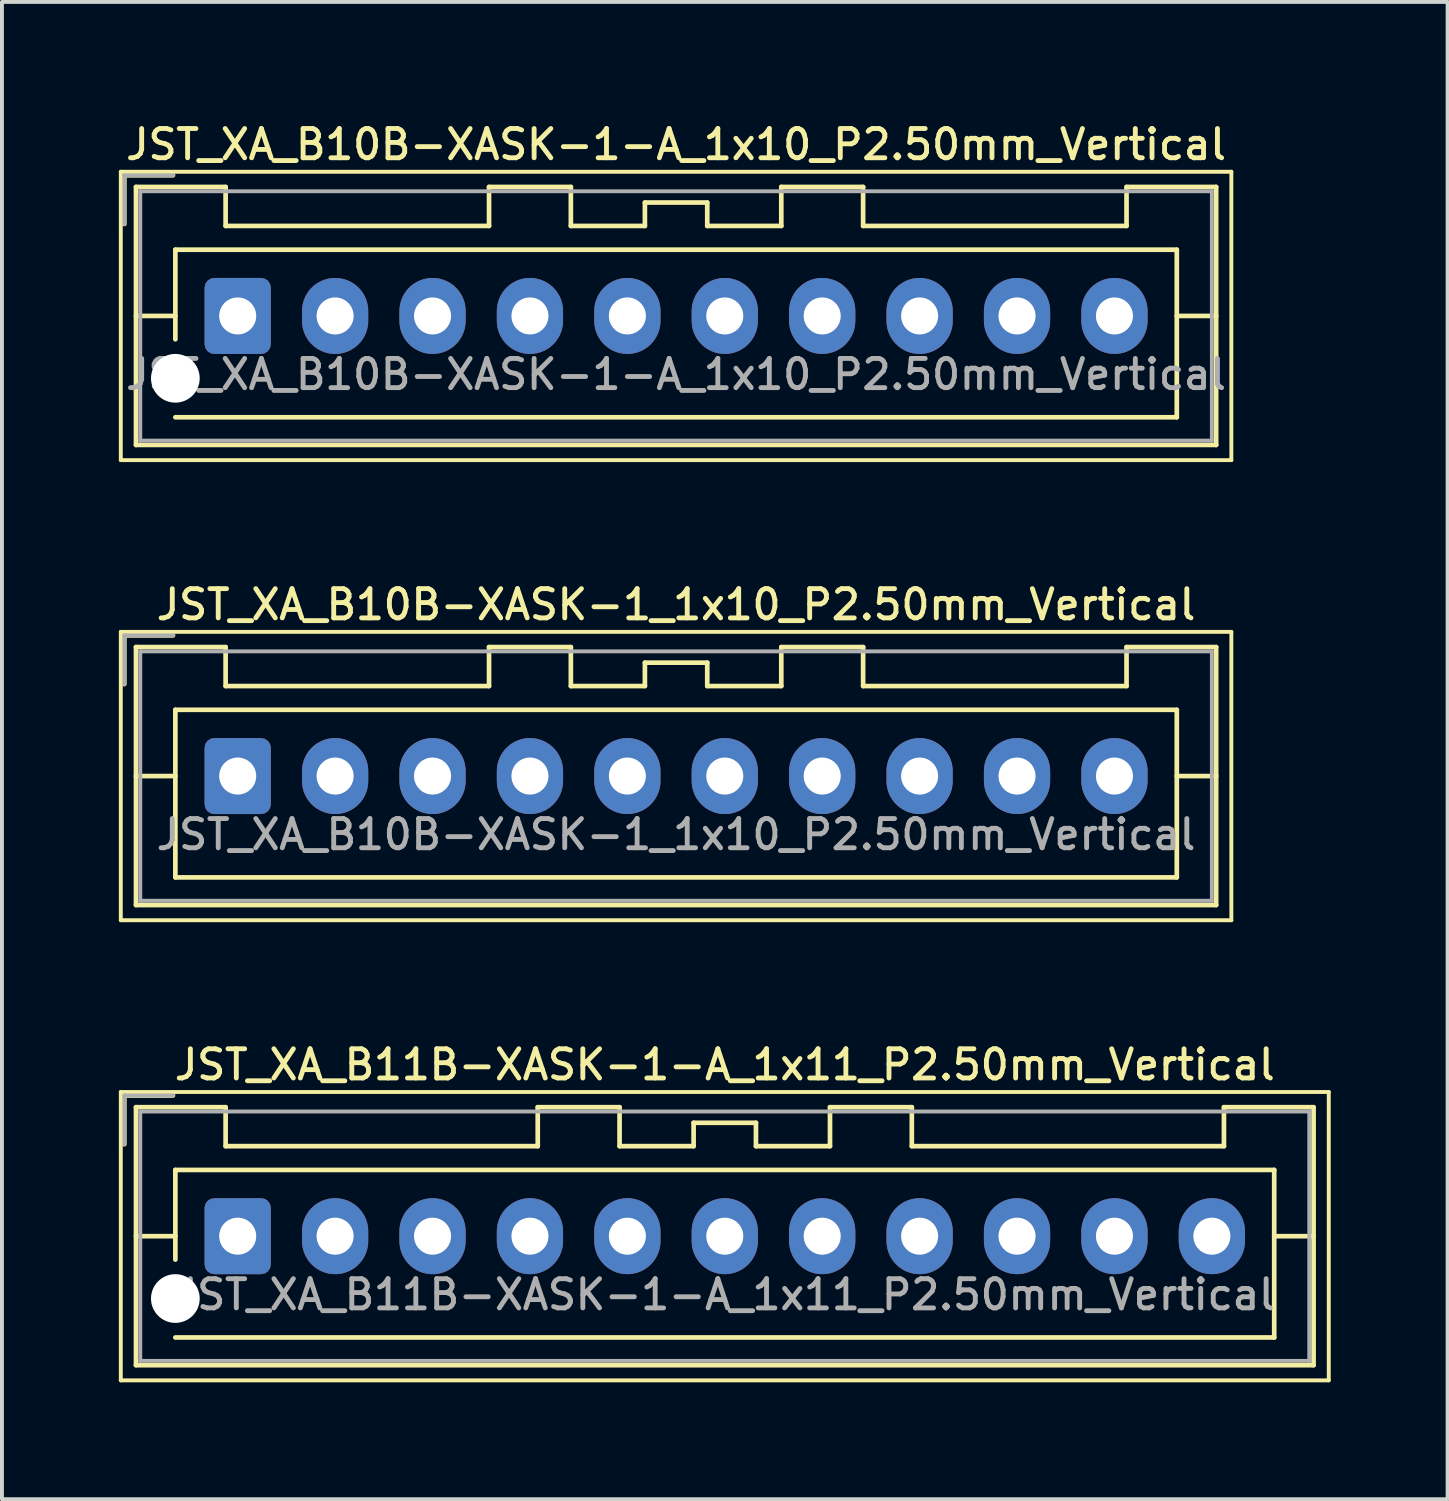
<source format=kicad_pcb>
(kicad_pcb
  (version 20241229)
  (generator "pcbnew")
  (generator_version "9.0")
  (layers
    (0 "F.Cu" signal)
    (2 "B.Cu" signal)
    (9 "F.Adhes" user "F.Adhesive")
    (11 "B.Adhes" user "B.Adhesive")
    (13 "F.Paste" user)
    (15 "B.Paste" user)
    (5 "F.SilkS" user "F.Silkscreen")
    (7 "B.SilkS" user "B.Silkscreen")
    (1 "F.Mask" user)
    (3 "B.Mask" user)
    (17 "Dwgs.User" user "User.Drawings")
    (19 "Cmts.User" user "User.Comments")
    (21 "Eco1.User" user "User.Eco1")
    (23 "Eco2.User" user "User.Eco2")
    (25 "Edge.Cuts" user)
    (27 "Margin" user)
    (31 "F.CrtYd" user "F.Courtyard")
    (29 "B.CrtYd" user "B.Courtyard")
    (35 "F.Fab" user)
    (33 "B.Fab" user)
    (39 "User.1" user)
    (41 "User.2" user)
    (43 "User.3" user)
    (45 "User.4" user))
  (footprint "JST_XA_B10B-XASK-1-A_1x10_P2.50mm_Vertical"
    (layer "F.Cu")
    (at 3.05 5.058)
    (property "Reference" "JST_XA_B10B-XASK-1-A_1x10_P2.50mm_Vertical" (at 11.25 -4.4 0) (layer "F.SilkS") (effects (font (size 0.75 0.75) (thickness 0.125))))
    (attr through_hole)
    (fp_line (start -3 -3.7) (end -3 3.7) (stroke (width 0.1) (type solid)) (layer "F.SilkS"))
    (fp_line (start -3 3.7) (end 25.5 3.7) (stroke (width 0.1) (type solid)) (layer "F.SilkS"))
    (fp_line (start -2.91 -3.61) (end -2.91 -2.36) (stroke (width 0.12) (type solid)) (layer "F.SilkS"))
    (fp_line (start -2.61 -3.31) (end -2.61 3.31) (stroke (width 0.12) (type solid)) (layer "F.SilkS"))
    (fp_line (start -2.61 0) (end -1.6 0) (stroke (width 0.12) (type solid)) (layer "F.SilkS"))
    (fp_line (start -2.61 3.31) (end 25.11 3.31) (stroke (width 0.12) (type solid)) (layer "F.SilkS"))
    (fp_line (start -1.66 -3.61) (end -2.91 -3.61) (stroke (width 0.12) (type solid)) (layer "F.SilkS"))
    (fp_line (start -1.6 -1.7) (end 24.1 -1.7) (stroke (width 0.12) (type solid)) (layer "F.SilkS"))
    (fp_line (start -1.6 0.6) (end -1.6 -1.7) (stroke (width 0.12) (type solid)) (layer "F.SilkS"))
    (fp_line (start -0.31 -3.31) (end -2.61 -3.31) (stroke (width 0.12) (type solid)) (layer "F.SilkS"))
    (fp_line (start -0.31 -2.31) (end -0.31 -3.31) (stroke (width 0.12) (type solid)) (layer "F.SilkS"))
    (fp_line (start 6.45 -3.31) (end 6.45 -2.31) (stroke (width 0.12) (type solid)) (layer "F.SilkS"))
    (fp_line (start 6.45 -2.31) (end -0.31 -2.31) (stroke (width 0.12) (type solid)) (layer "F.SilkS"))
    (fp_line (start 8.55 -3.31) (end 6.45 -3.31) (stroke (width 0.12) (type solid)) (layer "F.SilkS"))
    (fp_line (start 8.55 -2.31) (end 8.55 -3.31) (stroke (width 0.12) (type solid)) (layer "F.SilkS"))
    (fp_line (start 10.45 -2.91) (end 10.45 -2.31) (stroke (width 0.12) (type solid)) (layer "F.SilkS"))
    (fp_line (start 10.45 -2.31) (end 8.55 -2.31) (stroke (width 0.12) (type solid)) (layer "F.SilkS"))
    (fp_line (start 12.05 -2.91) (end 10.45 -2.91) (stroke (width 0.12) (type solid)) (layer "F.SilkS"))
    (fp_line (start 12.05 -2.31) (end 12.05 -2.91) (stroke (width 0.12) (type solid)) (layer "F.SilkS"))
    (fp_line (start 13.95 -3.31) (end 13.95 -2.31) (stroke (width 0.12) (type solid)) (layer "F.SilkS"))
    (fp_line (start 13.95 -2.31) (end 12.05 -2.31) (stroke (width 0.12) (type solid)) (layer "F.SilkS"))
    (fp_line (start 16.05 -3.31) (end 13.95 -3.31) (stroke (width 0.12) (type solid)) (layer "F.SilkS"))
    (fp_line (start 16.05 -2.31) (end 16.05 -3.31) (stroke (width 0.12) (type solid)) (layer "F.SilkS"))
    (fp_line (start 22.81 -3.31) (end 22.81 -2.31) (stroke (width 0.12) (type solid)) (layer "F.SilkS"))
    (fp_line (start 22.81 -2.31) (end 16.05 -2.31) (stroke (width 0.12) (type solid)) (layer "F.SilkS"))
    (fp_line (start 24.1 -1.7) (end 24.1 2.6) (stroke (width 0.12) (type solid)) (layer "F.SilkS"))
    (fp_line (start 24.1 2.6) (end -1.6 2.6) (stroke (width 0.12) (type solid)) (layer "F.SilkS"))
    (fp_line (start 25.11 -3.31) (end 22.81 -3.31) (stroke (width 0.12) (type solid)) (layer "F.SilkS"))
    (fp_line (start 25.11 0) (end 24.1 0) (stroke (width 0.12) (type solid)) (layer "F.SilkS"))
    (fp_line (start 25.11 3.31) (end 25.11 -3.31) (stroke (width 0.12) (type solid)) (layer "F.SilkS"))
    (fp_line (start 25.5 -3.7) (end -3 -3.7) (stroke (width 0.1) (type solid)) (layer "F.SilkS"))
    (fp_line (start 25.5 3.7) (end 25.5 -3.7) (stroke (width 0.1) (type solid)) (layer "F.SilkS"))
    (fp_line (start -2.91 -3.61) (end -2.91 -2.36) (stroke (width 0.1) (type solid)) (layer "F.Fab"))
    (fp_line (start -2.5 -3.2) (end -2.5 3.2) (stroke (width 0.1) (type solid)) (layer "F.Fab"))
    (fp_line (start -2.5 3.2) (end 25 3.2) (stroke (width 0.1) (type solid)) (layer "F.Fab"))
    (fp_line (start -1.66 -3.61) (end -2.91 -3.61) (stroke (width 0.1) (type solid)) (layer "F.Fab"))
    (fp_line (start 25 -3.2) (end -2.5 -3.2) (stroke (width 0.1) (type solid)) (layer "F.Fab"))
    (fp_line (start 25 3.2) (end 25 -3.2) (stroke (width 0.1) (type solid)) (layer "F.Fab"))
    (fp_text user "${REFERENCE}" (at 11.25 1.5 0) (layer "F.Fab") (effects (font (size 0.75 0.75) (thickness 0.125))))
    (pad "" np_thru_hole circle (at -1.6 1.6) (size 1.25 1.25) (drill 1.25) (layers "*.Cu" "*.Mask"))
    (pad "1" thru_hole roundrect (at 0 0) (size 1.7 1.95) (drill 0.95) (layers "*.Cu" "*.Mask") (roundrect_rratio 0.147))
    (pad "2" thru_hole oval (at 2.5 0) (size 1.7 1.95) (drill 0.95) (layers "*.Cu" "*.Mask"))
    (pad "3" thru_hole oval (at 5 0) (size 1.7 1.95) (drill 0.95) (layers "*.Cu" "*.Mask"))
    (pad "4" thru_hole oval (at 7.5 0) (size 1.7 1.95) (drill 0.95) (layers "*.Cu" "*.Mask"))
    (pad "5" thru_hole oval (at 10 0) (size 1.7 1.95) (drill 0.95) (layers "*.Cu" "*.Mask"))
    (pad "6" thru_hole oval (at 12.5 0) (size 1.7 1.95) (drill 0.95) (layers "*.Cu" "*.Mask"))
    (pad "7" thru_hole oval (at 15 0) (size 1.7 1.95) (drill 0.95) (layers "*.Cu" "*.Mask"))
    (pad "8" thru_hole oval (at 17.5 0) (size 1.7 1.95) (drill 0.95) (layers "*.Cu" "*.Mask"))
    (pad "9" thru_hole oval (at 20 0) (size 1.7 1.95) (drill 0.95) (layers "*.Cu" "*.Mask"))
    (pad "10" thru_hole oval (at 22.5 0) (size 1.7 1.95) (drill 0.95) (layers "*.Cu" "*.Mask")))
  (footprint "JST_XA_B10B-XASK-1_1x10_P2.50mm_Vertical"
    (layer "F.Cu")
    (at 3.05 16.866)
    (property "Reference" "JST_XA_B10B-XASK-1_1x10_P2.50mm_Vertical" (at 11.25 -4.4 0) (layer "F.SilkS") (effects (font (size 0.75 0.75) (thickness 0.125))))
    (attr through_hole)
    (fp_line (start -3 -3.7) (end -3 3.7) (stroke (width 0.1) (type solid)) (layer "F.SilkS"))
    (fp_line (start -3 3.7) (end 25.5 3.7) (stroke (width 0.1) (type solid)) (layer "F.SilkS"))
    (fp_line (start -2.91 -3.61) (end -2.91 -2.36) (stroke (width 0.12) (type solid)) (layer "F.SilkS"))
    (fp_line (start -2.61 -3.31) (end -2.61 3.31) (stroke (width 0.12) (type solid)) (layer "F.SilkS"))
    (fp_line (start -2.61 0) (end -1.6 0) (stroke (width 0.12) (type solid)) (layer "F.SilkS"))
    (fp_line (start -2.61 3.31) (end 25.11 3.31) (stroke (width 0.12) (type solid)) (layer "F.SilkS"))
    (fp_line (start -1.66 -3.61) (end -2.91 -3.61) (stroke (width 0.12) (type solid)) (layer "F.SilkS"))
    (fp_line (start -1.6 -1.7) (end -1.6 2.6) (stroke (width 0.12) (type solid)) (layer "F.SilkS"))
    (fp_line (start -1.6 2.6) (end 24.1 2.6) (stroke (width 0.12) (type solid)) (layer "F.SilkS"))
    (fp_line (start -0.31 -3.31) (end -2.61 -3.31) (stroke (width 0.12) (type solid)) (layer "F.SilkS"))
    (fp_line (start -0.31 -2.31) (end -0.31 -3.31) (stroke (width 0.12) (type solid)) (layer "F.SilkS"))
    (fp_line (start 6.45 -3.31) (end 6.45 -2.31) (stroke (width 0.12) (type solid)) (layer "F.SilkS"))
    (fp_line (start 6.45 -2.31) (end -0.31 -2.31) (stroke (width 0.12) (type solid)) (layer "F.SilkS"))
    (fp_line (start 8.55 -3.31) (end 6.45 -3.31) (stroke (width 0.12) (type solid)) (layer "F.SilkS"))
    (fp_line (start 8.55 -2.31) (end 8.55 -3.31) (stroke (width 0.12) (type solid)) (layer "F.SilkS"))
    (fp_line (start 10.45 -2.91) (end 10.45 -2.31) (stroke (width 0.12) (type solid)) (layer "F.SilkS"))
    (fp_line (start 10.45 -2.31) (end 8.55 -2.31) (stroke (width 0.12) (type solid)) (layer "F.SilkS"))
    (fp_line (start 12.05 -2.91) (end 10.45 -2.91) (stroke (width 0.12) (type solid)) (layer "F.SilkS"))
    (fp_line (start 12.05 -2.31) (end 12.05 -2.91) (stroke (width 0.12) (type solid)) (layer "F.SilkS"))
    (fp_line (start 13.95 -3.31) (end 13.95 -2.31) (stroke (width 0.12) (type solid)) (layer "F.SilkS"))
    (fp_line (start 13.95 -2.31) (end 12.05 -2.31) (stroke (width 0.12) (type solid)) (layer "F.SilkS"))
    (fp_line (start 16.05 -3.31) (end 13.95 -3.31) (stroke (width 0.12) (type solid)) (layer "F.SilkS"))
    (fp_line (start 16.05 -2.31) (end 16.05 -3.31) (stroke (width 0.12) (type solid)) (layer "F.SilkS"))
    (fp_line (start 22.81 -3.31) (end 22.81 -2.31) (stroke (width 0.12) (type solid)) (layer "F.SilkS"))
    (fp_line (start 22.81 -2.31) (end 16.05 -2.31) (stroke (width 0.12) (type solid)) (layer "F.SilkS"))
    (fp_line (start 24.1 -1.7) (end -1.6 -1.7) (stroke (width 0.12) (type solid)) (layer "F.SilkS"))
    (fp_line (start 24.1 2.6) (end 24.1 -1.7) (stroke (width 0.12) (type solid)) (layer "F.SilkS"))
    (fp_line (start 25.11 -3.31) (end 22.81 -3.31) (stroke (width 0.12) (type solid)) (layer "F.SilkS"))
    (fp_line (start 25.11 0) (end 24.1 0) (stroke (width 0.12) (type solid)) (layer "F.SilkS"))
    (fp_line (start 25.11 3.31) (end 25.11 -3.31) (stroke (width 0.12) (type solid)) (layer "F.SilkS"))
    (fp_line (start 25.5 -3.7) (end -3 -3.7) (stroke (width 0.1) (type solid)) (layer "F.SilkS"))
    (fp_line (start 25.5 3.7) (end 25.5 -3.7) (stroke (width 0.1) (type solid)) (layer "F.SilkS"))
    (fp_line (start -2.91 -3.61) (end -2.91 -2.36) (stroke (width 0.1) (type solid)) (layer "F.Fab"))
    (fp_line (start -2.5 -3.2) (end -2.5 3.2) (stroke (width 0.1) (type solid)) (layer "F.Fab"))
    (fp_line (start -2.5 3.2) (end 25 3.2) (stroke (width 0.1) (type solid)) (layer "F.Fab"))
    (fp_line (start -1.66 -3.61) (end -2.91 -3.61) (stroke (width 0.1) (type solid)) (layer "F.Fab"))
    (fp_line (start 25 -3.2) (end -2.5 -3.2) (stroke (width 0.1) (type solid)) (layer "F.Fab"))
    (fp_line (start 25 3.2) (end 25 -3.2) (stroke (width 0.1) (type solid)) (layer "F.Fab"))
    (fp_text user "${REFERENCE}" (at 11.25 1.5 0) (layer "F.Fab") (effects (font (size 0.75 0.75) (thickness 0.125))))
    (pad "1" thru_hole roundrect (at 0 0) (size 1.7 1.95) (drill 0.95) (layers "*.Cu" "*.Mask") (roundrect_rratio 0.147))
    (pad "2" thru_hole oval (at 2.5 0) (size 1.7 1.95) (drill 0.95) (layers "*.Cu" "*.Mask"))
    (pad "3" thru_hole oval (at 5 0) (size 1.7 1.95) (drill 0.95) (layers "*.Cu" "*.Mask"))
    (pad "4" thru_hole oval (at 7.5 0) (size 1.7 1.95) (drill 0.95) (layers "*.Cu" "*.Mask"))
    (pad "5" thru_hole oval (at 10 0) (size 1.7 1.95) (drill 0.95) (layers "*.Cu" "*.Mask"))
    (pad "6" thru_hole oval (at 12.5 0) (size 1.7 1.95) (drill 0.95) (layers "*.Cu" "*.Mask"))
    (pad "7" thru_hole oval (at 15 0) (size 1.7 1.95) (drill 0.95) (layers "*.Cu" "*.Mask"))
    (pad "8" thru_hole oval (at 17.5 0) (size 1.7 1.95) (drill 0.95) (layers "*.Cu" "*.Mask"))
    (pad "9" thru_hole oval (at 20 0) (size 1.7 1.95) (drill 0.95) (layers "*.Cu" "*.Mask"))
    (pad "10" thru_hole oval (at 22.5 0) (size 1.7 1.95) (drill 0.95) (layers "*.Cu" "*.Mask")))
  (footprint "JST_XA_B11B-XASK-1-A_1x11_P2.50mm_Vertical"
    (layer "F.Cu")
    (at 3.05 28.674)
    (property "Reference" "JST_XA_B11B-XASK-1-A_1x11_P2.50mm_Vertical" (at 12.5 -4.4 0) (layer "F.SilkS") (effects (font (size 0.75 0.75) (thickness 0.125))))
    (attr through_hole)
    (fp_line (start -3 -3.7) (end -3 3.7) (stroke (width 0.1) (type solid)) (layer "F.SilkS"))
    (fp_line (start -3 3.7) (end 28 3.7) (stroke (width 0.1) (type solid)) (layer "F.SilkS"))
    (fp_line (start -2.91 -3.61) (end -2.91 -2.36) (stroke (width 0.12) (type solid)) (layer "F.SilkS"))
    (fp_line (start -2.61 -3.31) (end -2.61 3.31) (stroke (width 0.12) (type solid)) (layer "F.SilkS"))
    (fp_line (start -2.61 0) (end -1.6 0) (stroke (width 0.12) (type solid)) (layer "F.SilkS"))
    (fp_line (start -2.61 3.31) (end 27.61 3.31) (stroke (width 0.12) (type solid)) (layer "F.SilkS"))
    (fp_line (start -1.66 -3.61) (end -2.91 -3.61) (stroke (width 0.12) (type solid)) (layer "F.SilkS"))
    (fp_line (start -1.6 -1.7) (end 26.6 -1.7) (stroke (width 0.12) (type solid)) (layer "F.SilkS"))
    (fp_line (start -1.6 0.6) (end -1.6 -1.7) (stroke (width 0.12) (type solid)) (layer "F.SilkS"))
    (fp_line (start -0.31 -3.31) (end -2.61 -3.31) (stroke (width 0.12) (type solid)) (layer "F.SilkS"))
    (fp_line (start -0.31 -2.31) (end -0.31 -3.31) (stroke (width 0.12) (type solid)) (layer "F.SilkS"))
    (fp_line (start 7.7 -3.31) (end 7.7 -2.31) (stroke (width 0.12) (type solid)) (layer "F.SilkS"))
    (fp_line (start 7.7 -2.31) (end -0.31 -2.31) (stroke (width 0.12) (type solid)) (layer "F.SilkS"))
    (fp_line (start 9.8 -3.31) (end 7.7 -3.31) (stroke (width 0.12) (type solid)) (layer "F.SilkS"))
    (fp_line (start 9.8 -2.31) (end 9.8 -3.31) (stroke (width 0.12) (type solid)) (layer "F.SilkS"))
    (fp_line (start 11.7 -2.91) (end 11.7 -2.31) (stroke (width 0.12) (type solid)) (layer "F.SilkS"))
    (fp_line (start 11.7 -2.31) (end 9.8 -2.31) (stroke (width 0.12) (type solid)) (layer "F.SilkS"))
    (fp_line (start 13.3 -2.91) (end 11.7 -2.91) (stroke (width 0.12) (type solid)) (layer "F.SilkS"))
    (fp_line (start 13.3 -2.31) (end 13.3 -2.91) (stroke (width 0.12) (type solid)) (layer "F.SilkS"))
    (fp_line (start 15.2 -3.31) (end 15.2 -2.31) (stroke (width 0.12) (type solid)) (layer "F.SilkS"))
    (fp_line (start 15.2 -2.31) (end 13.3 -2.31) (stroke (width 0.12) (type solid)) (layer "F.SilkS"))
    (fp_line (start 17.3 -3.31) (end 15.2 -3.31) (stroke (width 0.12) (type solid)) (layer "F.SilkS"))
    (fp_line (start 17.3 -2.31) (end 17.3 -3.31) (stroke (width 0.12) (type solid)) (layer "F.SilkS"))
    (fp_line (start 25.31 -3.31) (end 25.31 -2.31) (stroke (width 0.12) (type solid)) (layer "F.SilkS"))
    (fp_line (start 25.31 -2.31) (end 17.3 -2.31) (stroke (width 0.12) (type solid)) (layer "F.SilkS"))
    (fp_line (start 26.6 -1.7) (end 26.6 2.6) (stroke (width 0.12) (type solid)) (layer "F.SilkS"))
    (fp_line (start 26.6 2.6) (end -1.6 2.6) (stroke (width 0.12) (type solid)) (layer "F.SilkS"))
    (fp_line (start 27.61 -3.31) (end 25.31 -3.31) (stroke (width 0.12) (type solid)) (layer "F.SilkS"))
    (fp_line (start 27.61 0) (end 26.6 0) (stroke (width 0.12) (type solid)) (layer "F.SilkS"))
    (fp_line (start 27.61 3.31) (end 27.61 -3.31) (stroke (width 0.12) (type solid)) (layer "F.SilkS"))
    (fp_line (start 28 -3.7) (end -3 -3.7) (stroke (width 0.1) (type solid)) (layer "F.SilkS"))
    (fp_line (start 28 3.7) (end 28 -3.7) (stroke (width 0.1) (type solid)) (layer "F.SilkS"))
    (fp_line (start -2.91 -3.61) (end -2.91 -2.36) (stroke (width 0.1) (type solid)) (layer "F.Fab"))
    (fp_line (start -2.5 -3.2) (end -2.5 3.2) (stroke (width 0.1) (type solid)) (layer "F.Fab"))
    (fp_line (start -2.5 3.2) (end 27.5 3.2) (stroke (width 0.1) (type solid)) (layer "F.Fab"))
    (fp_line (start -1.66 -3.61) (end -2.91 -3.61) (stroke (width 0.1) (type solid)) (layer "F.Fab"))
    (fp_line (start 27.5 -3.2) (end -2.5 -3.2) (stroke (width 0.1) (type solid)) (layer "F.Fab"))
    (fp_line (start 27.5 3.2) (end 27.5 -3.2) (stroke (width 0.1) (type solid)) (layer "F.Fab"))
    (fp_text user "${REFERENCE}" (at 12.5 1.5 0) (layer "F.Fab") (effects (font (size 0.75 0.75) (thickness 0.125))))
    (pad "" np_thru_hole circle (at -1.6 1.6) (size 1.25 1.25) (drill 1.25) (layers "*.Cu" "*.Mask"))
    (pad "1" thru_hole roundrect (at 0 0) (size 1.7 1.95) (drill 0.95) (layers "*.Cu" "*.Mask") (roundrect_rratio 0.147))
    (pad "2" thru_hole oval (at 2.5 0) (size 1.7 1.95) (drill 0.95) (layers "*.Cu" "*.Mask"))
    (pad "3" thru_hole oval (at 5 0) (size 1.7 1.95) (drill 0.95) (layers "*.Cu" "*.Mask"))
    (pad "4" thru_hole oval (at 7.5 0) (size 1.7 1.95) (drill 0.95) (layers "*.Cu" "*.Mask"))
    (pad "5" thru_hole oval (at 10 0) (size 1.7 1.95) (drill 0.95) (layers "*.Cu" "*.Mask"))
    (pad "6" thru_hole oval (at 12.5 0) (size 1.7 1.95) (drill 0.95) (layers "*.Cu" "*.Mask"))
    (pad "7" thru_hole oval (at 15 0) (size 1.7 1.95) (drill 0.95) (layers "*.Cu" "*.Mask"))
    (pad "8" thru_hole oval (at 17.5 0) (size 1.7 1.95) (drill 0.95) (layers "*.Cu" "*.Mask"))
    (pad "9" thru_hole oval (at 20 0) (size 1.7 1.95) (drill 0.95) (layers "*.Cu" "*.Mask"))
    (pad "10" thru_hole oval (at 22.5 0) (size 1.7 1.95) (drill 0.95) (layers "*.Cu" "*.Mask"))
    (pad "11" thru_hole oval (at 25 0) (size 1.7 1.95) (drill 0.95) (layers "*.Cu" "*.Mask")))
  (gr_rect
    (start -3 -3)
    (end 34.1 35.424)
    (stroke (width 0.1) (type default))
    (fill no)
    (layer "Edge.Cuts")))
</source>
